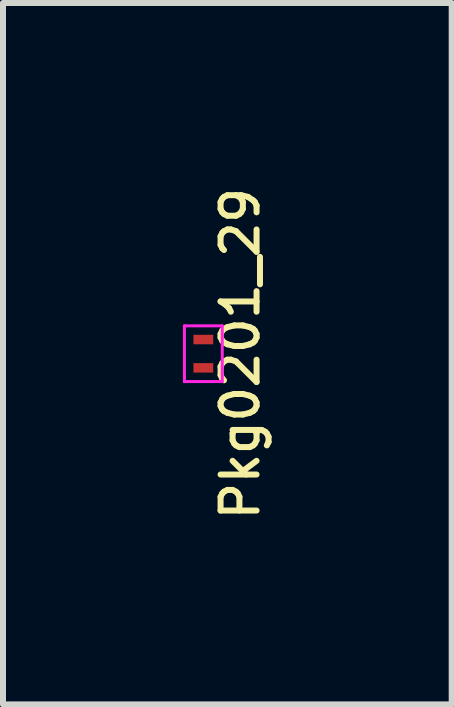
<source format=kicad_pcb>
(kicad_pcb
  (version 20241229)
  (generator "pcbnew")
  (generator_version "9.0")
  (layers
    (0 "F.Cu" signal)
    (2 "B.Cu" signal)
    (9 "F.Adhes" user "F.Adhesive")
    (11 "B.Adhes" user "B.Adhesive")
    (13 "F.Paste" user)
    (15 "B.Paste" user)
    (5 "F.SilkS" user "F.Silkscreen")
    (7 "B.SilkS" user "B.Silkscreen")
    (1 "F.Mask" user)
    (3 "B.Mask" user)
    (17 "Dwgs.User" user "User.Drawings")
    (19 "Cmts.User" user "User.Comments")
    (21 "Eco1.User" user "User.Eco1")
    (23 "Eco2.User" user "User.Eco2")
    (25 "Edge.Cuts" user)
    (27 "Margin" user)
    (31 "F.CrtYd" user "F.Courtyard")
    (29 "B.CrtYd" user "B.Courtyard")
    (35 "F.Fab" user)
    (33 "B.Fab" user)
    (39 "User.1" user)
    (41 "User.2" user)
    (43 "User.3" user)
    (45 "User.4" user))
  (footprint "Pkg0201_29"
    (layer "F.Cu")
    (at 0.34 2.847)
    (property "Reference" "Pkg0201_29" (at 0.615 0 90) (layer "F.SilkS") (effects (font (size 0.6 0.6) (thickness 0.1))))
    (fp_line (start -0.315 -0.465) (end -0.315 0.465) (stroke (width 0.05) (type solid)) (layer "F.CrtYd"))
    (fp_line (start -0.315 0.465) (end 0.315 0.465) (stroke (width 0.05) (type solid)) (layer "F.CrtYd"))
    (fp_line (start 0.315 -0.465) (end -0.315 -0.465) (stroke (width 0.05) (type solid)) (layer "F.CrtYd"))
    (fp_line (start 0.315 0.465) (end 0.315 -0.465) (stroke (width 0.05) (type solid)) (layer "F.CrtYd"))
    (pad "1" smd rect (at 0 -0.236) (size 0.33 0.158) (layers "F.Cu" "F.Mask" "F.Paste"))
    (pad "2" smd rect (at 0 0.236) (size 0.33 0.158) (layers "F.Cu" "F.Mask" "F.Paste")))
  (gr_rect
    (start -3 -3)
    (end 4.481 8.694)
    (stroke (width 0.1) (type default))
    (fill no)
    (layer "Edge.Cuts")))
</source>
